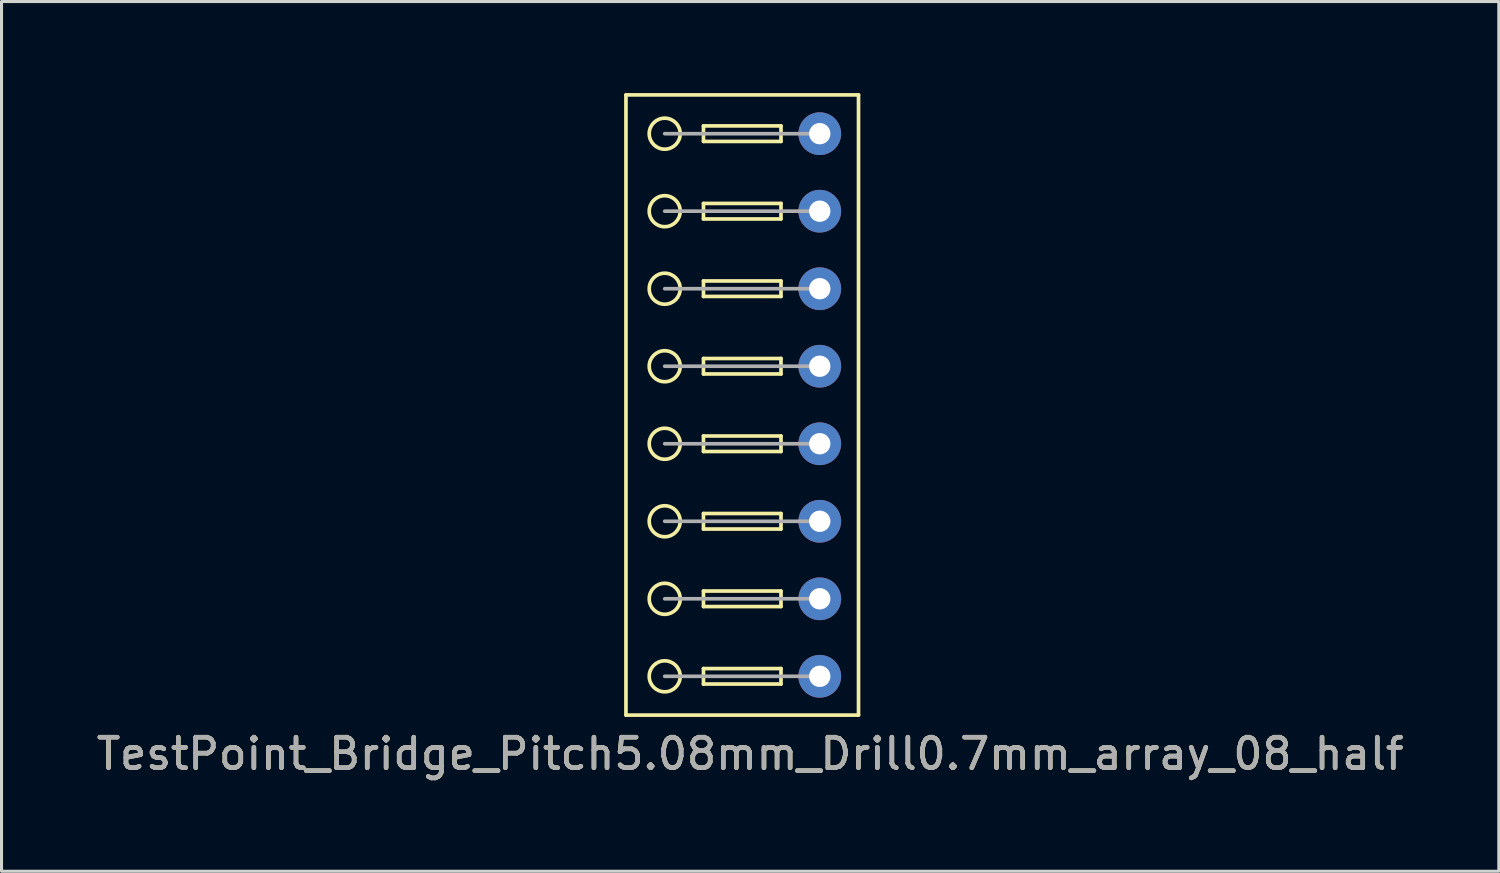
<source format=kicad_pcb>
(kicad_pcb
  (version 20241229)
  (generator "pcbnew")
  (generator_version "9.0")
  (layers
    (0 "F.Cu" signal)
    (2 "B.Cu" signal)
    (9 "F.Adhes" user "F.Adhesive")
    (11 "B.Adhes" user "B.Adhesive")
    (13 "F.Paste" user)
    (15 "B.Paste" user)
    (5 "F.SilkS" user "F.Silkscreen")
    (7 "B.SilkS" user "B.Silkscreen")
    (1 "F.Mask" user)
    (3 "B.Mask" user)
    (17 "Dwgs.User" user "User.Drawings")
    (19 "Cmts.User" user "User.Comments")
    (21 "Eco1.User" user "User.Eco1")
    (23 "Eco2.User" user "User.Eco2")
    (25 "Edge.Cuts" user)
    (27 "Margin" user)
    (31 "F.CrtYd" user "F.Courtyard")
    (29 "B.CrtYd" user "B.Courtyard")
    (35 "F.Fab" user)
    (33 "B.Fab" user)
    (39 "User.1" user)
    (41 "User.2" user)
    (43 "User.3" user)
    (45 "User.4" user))
  (footprint "TestPoint_Bridge_Pitch5.08mm_Drill0.7mm_array_08_half"
    (layer "F.Cu")
    (at 18.73 1.33)
    (property "Reference" "TestPoint_Bridge_Pitch5.08mm_Drill0.7mm_array_08_half" (at 2.8 20.32 0) (layer "F.SilkS") (effects (font (size 1 1) (thickness 0.15))))
    (attr exclude_from_pos_files exclude_from_bom)
    (fp_line (start -1.27 -1.27) (end 6.35 -1.27) (stroke (width 0.12) (type solid)) (layer "F.SilkS"))
    (fp_line (start -1.27 19.05) (end -1.27 -1.27) (stroke (width 0.12) (type solid)) (layer "F.SilkS"))
    (fp_line (start 1.27 -0.254) (end 3.81 -0.254) (stroke (width 0.12) (type solid)) (layer "F.SilkS"))
    (fp_line (start 1.27 0.254) (end 1.27 -0.254) (stroke (width 0.12) (type solid)) (layer "F.SilkS"))
    (fp_line (start 1.27 2.286) (end 3.81 2.286) (stroke (width 0.12) (type solid)) (layer "F.SilkS"))
    (fp_line (start 1.27 2.794) (end 1.27 2.286) (stroke (width 0.12) (type solid)) (layer "F.SilkS"))
    (fp_line (start 1.27 4.826) (end 3.81 4.826) (stroke (width 0.12) (type solid)) (layer "F.SilkS"))
    (fp_line (start 1.27 5.334) (end 1.27 4.826) (stroke (width 0.12) (type solid)) (layer "F.SilkS"))
    (fp_line (start 1.27 7.366) (end 3.81 7.366) (stroke (width 0.12) (type solid)) (layer "F.SilkS"))
    (fp_line (start 1.27 7.874) (end 1.27 7.366) (stroke (width 0.12) (type solid)) (layer "F.SilkS"))
    (fp_line (start 1.27 9.906) (end 3.81 9.906) (stroke (width 0.12) (type solid)) (layer "F.SilkS"))
    (fp_line (start 1.27 10.414) (end 1.27 9.906) (stroke (width 0.12) (type solid)) (layer "F.SilkS"))
    (fp_line (start 1.27 12.446) (end 3.81 12.446) (stroke (width 0.12) (type solid)) (layer "F.SilkS"))
    (fp_line (start 1.27 12.954) (end 1.27 12.446) (stroke (width 0.12) (type solid)) (layer "F.SilkS"))
    (fp_line (start 1.27 14.986) (end 3.81 14.986) (stroke (width 0.12) (type solid)) (layer "F.SilkS"))
    (fp_line (start 1.27 15.494) (end 1.27 14.986) (stroke (width 0.12) (type solid)) (layer "F.SilkS"))
    (fp_line (start 1.27 17.526) (end 3.81 17.526) (stroke (width 0.12) (type solid)) (layer "F.SilkS"))
    (fp_line (start 1.27 18.034) (end 1.27 17.526) (stroke (width 0.12) (type solid)) (layer "F.SilkS"))
    (fp_line (start 3.81 -0.254) (end 3.81 0.254) (stroke (width 0.12) (type solid)) (layer "F.SilkS"))
    (fp_line (start 3.81 0.254) (end 1.27 0.254) (stroke (width 0.12) (type solid)) (layer "F.SilkS"))
    (fp_line (start 3.81 2.286) (end 3.81 2.794) (stroke (width 0.12) (type solid)) (layer "F.SilkS"))
    (fp_line (start 3.81 2.794) (end 1.27 2.794) (stroke (width 0.12) (type solid)) (layer "F.SilkS"))
    (fp_line (start 3.81 4.826) (end 3.81 5.334) (stroke (width 0.12) (type solid)) (layer "F.SilkS"))
    (fp_line (start 3.81 5.334) (end 1.27 5.334) (stroke (width 0.12) (type solid)) (layer "F.SilkS"))
    (fp_line (start 3.81 7.366) (end 3.81 7.874) (stroke (width 0.12) (type solid)) (layer "F.SilkS"))
    (fp_line (start 3.81 7.874) (end 1.27 7.874) (stroke (width 0.12) (type solid)) (layer "F.SilkS"))
    (fp_line (start 3.81 9.906) (end 3.81 10.414) (stroke (width 0.12) (type solid)) (layer "F.SilkS"))
    (fp_line (start 3.81 10.414) (end 1.27 10.414) (stroke (width 0.12) (type solid)) (layer "F.SilkS"))
    (fp_line (start 3.81 12.446) (end 3.81 12.954) (stroke (width 0.12) (type solid)) (layer "F.SilkS"))
    (fp_line (start 3.81 12.954) (end 1.27 12.954) (stroke (width 0.12) (type solid)) (layer "F.SilkS"))
    (fp_line (start 3.81 14.986) (end 3.81 15.494) (stroke (width 0.12) (type solid)) (layer "F.SilkS"))
    (fp_line (start 3.81 15.494) (end 1.27 15.494) (stroke (width 0.12) (type solid)) (layer "F.SilkS"))
    (fp_line (start 3.81 17.526) (end 3.81 18.034) (stroke (width 0.12) (type solid)) (layer "F.SilkS"))
    (fp_line (start 3.81 18.034) (end 1.27 18.034) (stroke (width 0.12) (type solid)) (layer "F.SilkS"))
    (fp_line (start 6.35 -1.27) (end 6.35 19.05) (stroke (width 0.12) (type solid)) (layer "F.SilkS"))
    (fp_line (start 6.35 19.05) (end -1.27 19.05) (stroke (width 0.12) (type solid)) (layer "F.SilkS"))
    (fp_circle (center 0 0) (end 0.508 0) (stroke (width 0.12) (type solid)) (fill no) (layer "F.SilkS"))
    (fp_circle (center 0 2.54) (end 0.508 2.54) (stroke (width 0.12) (type solid)) (fill no) (layer "F.SilkS"))
    (fp_circle (center 0 5.08) (end 0.508 5.08) (stroke (width 0.12) (type solid)) (fill no) (layer "F.SilkS"))
    (fp_circle (center 0 7.62) (end 0.508 7.62) (stroke (width 0.12) (type solid)) (fill no) (layer "F.SilkS"))
    (fp_circle (center 0 10.16) (end 0.508 10.16) (stroke (width 0.12) (type solid)) (fill no) (layer "F.SilkS"))
    (fp_circle (center 0 12.7) (end 0.508 12.7) (stroke (width 0.12) (type solid)) (fill no) (layer "F.SilkS"))
    (fp_circle (center 0 15.24) (end 0.508 15.24) (stroke (width 0.12) (type solid)) (fill no) (layer "F.SilkS"))
    (fp_circle (center 0 17.78) (end 0.508 17.78) (stroke (width 0.12) (type solid)) (fill no) (layer "F.SilkS"))
    (fp_line (start 5.08 0) (end 0 0) (stroke (width 0.12) (type solid)) (layer "F.Fab"))
    (fp_line (start 5.08 2.54) (end 0 2.54) (stroke (width 0.12) (type solid)) (layer "F.Fab"))
    (fp_line (start 5.08 5.08) (end 0 5.08) (stroke (width 0.12) (type solid)) (layer "F.Fab"))
    (fp_line (start 5.08 7.62) (end 0 7.62) (stroke (width 0.12) (type solid)) (layer "F.Fab"))
    (fp_line (start 5.08 10.16) (end 0 10.16) (stroke (width 0.12) (type solid)) (layer "F.Fab"))
    (fp_line (start 5.08 12.7) (end 0 12.7) (stroke (width 0.12) (type solid)) (layer "F.Fab"))
    (fp_line (start 5.08 15.24) (end 0 15.24) (stroke (width 0.12) (type solid)) (layer "F.Fab"))
    (fp_line (start 5.08 17.78) (end 0 17.78) (stroke (width 0.12) (type solid)) (layer "F.Fab"))
    (fp_text user "${REFERENCE}" (at 2.8 20.32 0) (layer "F.Fab") (effects (font (size 1 1) (thickness 0.15))))
    (pad "1" thru_hole circle (at 5.08 0) (size 1.4 1.4) (drill 0.7) (layers "*.Cu" "*.Mask"))
    (pad "2" thru_hole circle (at 5.08 2.54) (size 1.4 1.4) (drill 0.7) (layers "*.Cu" "*.Mask"))
    (pad "3" thru_hole circle (at 5.08 5.08) (size 1.4 1.4) (drill 0.7) (layers "*.Cu" "*.Mask"))
    (pad "4" thru_hole circle (at 5.08 7.62) (size 1.4 1.4) (drill 0.7) (layers "*.Cu" "*.Mask"))
    (pad "5" thru_hole circle (at 5.08 10.16) (size 1.4 1.4) (drill 0.7) (layers "*.Cu" "*.Mask"))
    (pad "6" thru_hole circle (at 5.08 12.7) (size 1.4 1.4) (drill 0.7) (layers "*.Cu" "*.Mask"))
    (pad "7" thru_hole circle (at 5.08 15.24) (size 1.4 1.4) (drill 0.7) (layers "*.Cu" "*.Mask"))
    (pad "8" thru_hole circle (at 5.08 17.78) (size 1.4 1.4) (drill 0.7) (layers "*.Cu" "*.Mask")))
  (gr_rect
    (start -3 -3)
    (end 46.06 25.498)
    (stroke (width 0.1) (type default))
    (fill no)
    (layer "Edge.Cuts")))
</source>
